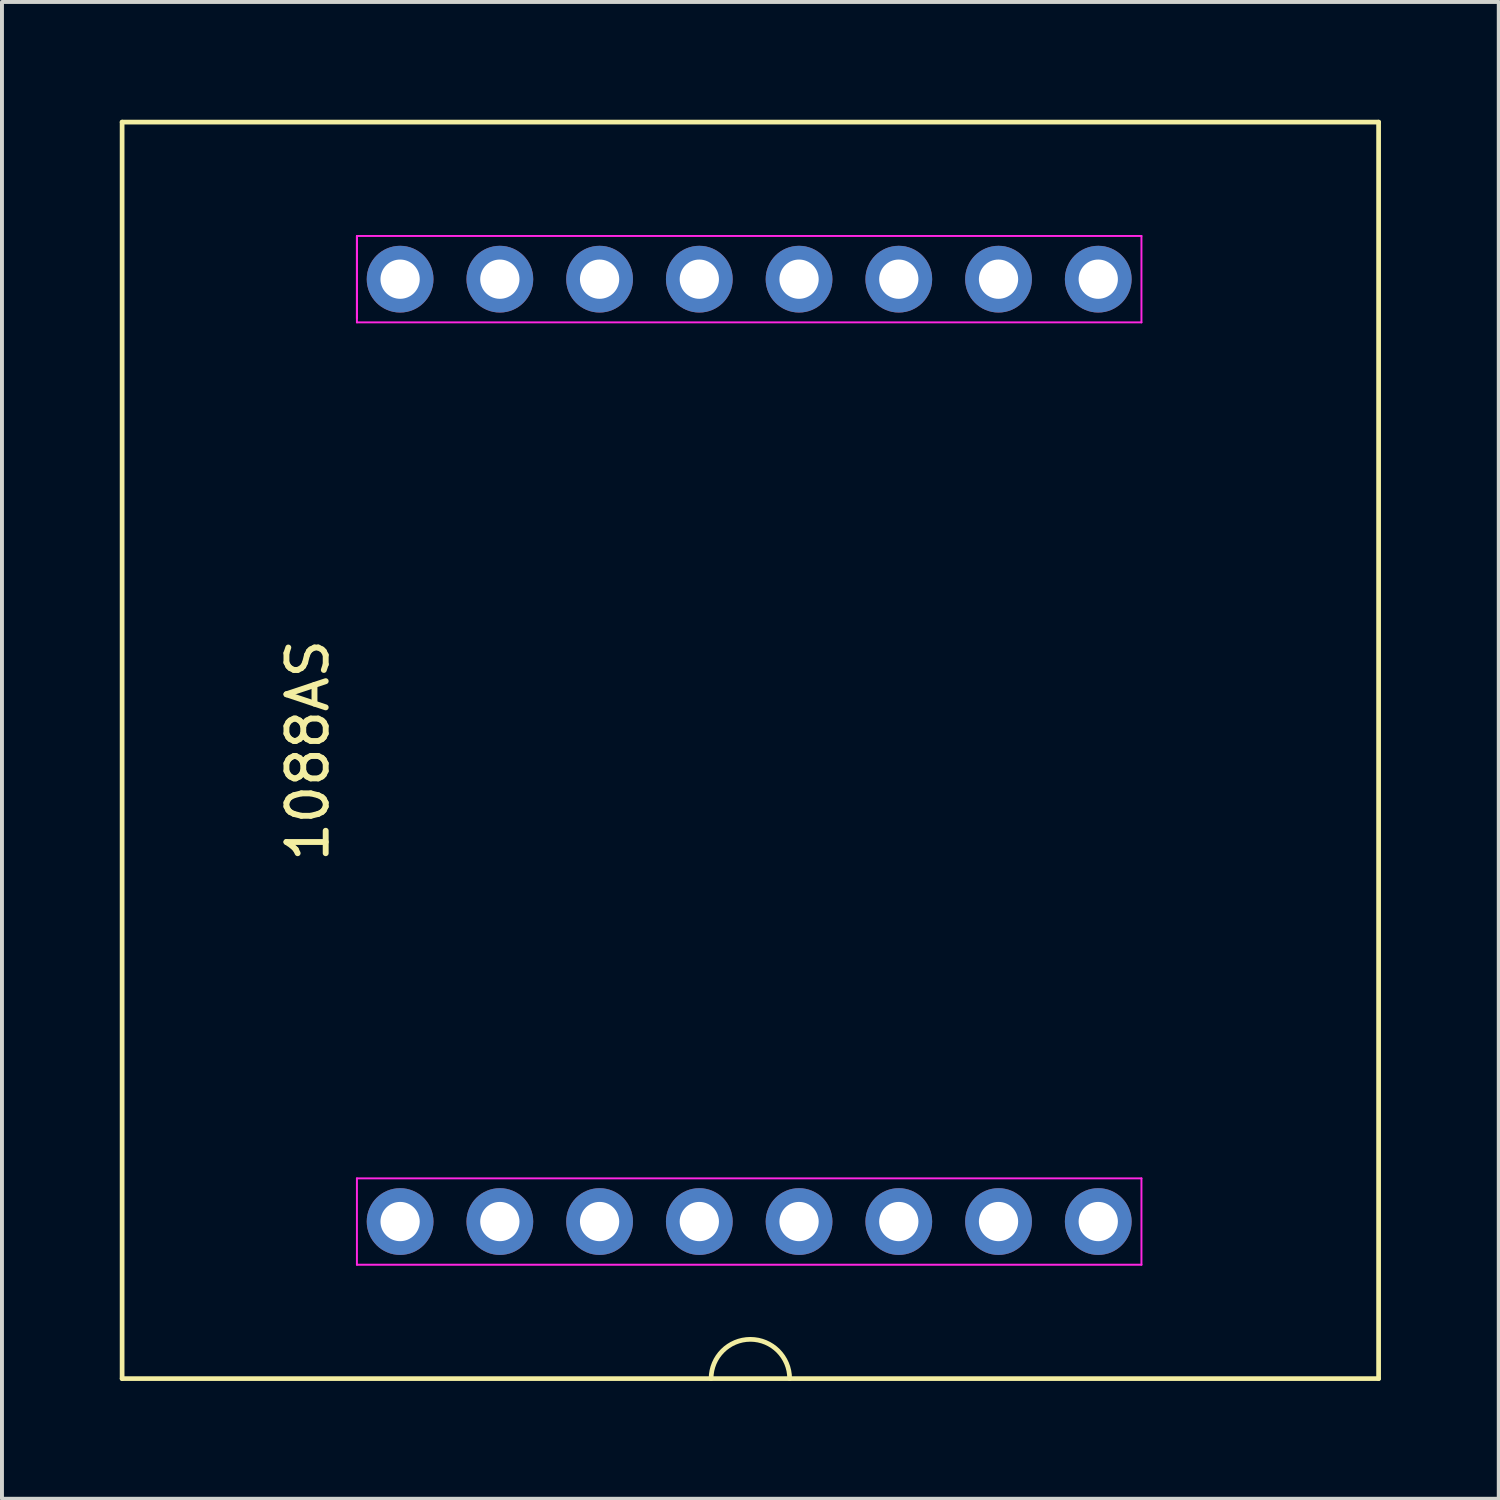
<source format=kicad_pcb>
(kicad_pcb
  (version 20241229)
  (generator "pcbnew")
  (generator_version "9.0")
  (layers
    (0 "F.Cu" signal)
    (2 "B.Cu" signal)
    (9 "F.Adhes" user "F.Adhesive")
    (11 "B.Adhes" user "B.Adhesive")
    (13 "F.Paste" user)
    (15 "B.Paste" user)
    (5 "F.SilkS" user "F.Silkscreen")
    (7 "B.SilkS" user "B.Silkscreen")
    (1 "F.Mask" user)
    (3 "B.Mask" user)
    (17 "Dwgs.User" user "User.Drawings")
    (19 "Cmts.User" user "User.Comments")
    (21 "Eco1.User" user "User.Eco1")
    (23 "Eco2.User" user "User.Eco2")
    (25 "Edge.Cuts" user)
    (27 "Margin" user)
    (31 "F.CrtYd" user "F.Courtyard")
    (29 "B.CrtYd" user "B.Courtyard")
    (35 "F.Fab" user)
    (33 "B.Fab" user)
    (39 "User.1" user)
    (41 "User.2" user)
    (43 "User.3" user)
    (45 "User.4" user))
  (footprint "1088AS"
    (layer "F.Cu")
    (at 16.06 16.06)
    (property "Reference" "1088AS" (at -11.27 0 90) (layer "F.SilkS") (effects (font (size 1 1) (thickness 0.15))))
    (attr through_hole)
    (fp_line (start -16 -16) (end 16 -16) (stroke (width 0.12) (type solid)) (layer "F.SilkS"))
    (fp_line (start -16 16) (end -16 -16) (stroke (width 0.12) (type solid)) (layer "F.SilkS"))
    (fp_line (start 16 -16) (end 16 16) (stroke (width 0.12) (type solid)) (layer "F.SilkS"))
    (fp_line (start 16 16) (end -16 16) (stroke (width 0.12) (type solid)) (layer "F.SilkS"))
    (fp_arc (start -1 16) (mid 0 15) (end 1 16) (stroke (width 0.12) (type solid)) (layer "F.SilkS"))
    (fp_line (start -10.02 -13.1) (end 9.96 -13.1) (stroke (width 0.05) (type solid)) (layer "F.CrtYd"))
    (fp_line (start -10.02 -11) (end -10.02 -13.1) (stroke (width 0.05) (type solid)) (layer "F.CrtYd"))
    (fp_line (start -10.02 -10.9) (end -10.02 -13.1) (stroke (width 0.05) (type solid)) (layer "F.CrtYd"))
    (fp_line (start -10.02 -10.9) (end 9.96 -10.9) (stroke (width 0.05) (type solid)) (layer "F.CrtYd"))
    (fp_line (start -10.02 10.9) (end 9.96 10.9) (stroke (width 0.05) (type solid)) (layer "F.CrtYd"))
    (fp_line (start -10.02 13.1) (end -10.02 10.9) (stroke (width 0.05) (type solid)) (layer "F.CrtYd"))
    (fp_line (start 9.96 -13.1) (end 9.96 -10.9) (stroke (width 0.05) (type solid)) (layer "F.CrtYd"))
    (fp_line (start 9.96 10.9) (end 9.96 13.1) (stroke (width 0.05) (type solid)) (layer "F.CrtYd"))
    (fp_line (start 9.96 13.1) (end -10.02 13.1) (stroke (width 0.05) (type solid)) (layer "F.CrtYd"))
    (pad "1" thru_hole circle (at -8.92 12) (size 1.7 1.7) (drill 1) (layers "*.Cu" "*.Mask"))
    (pad "2" thru_hole circle (at -6.38 12) (size 1.7 1.7) (drill 1) (layers "*.Cu" "*.Mask"))
    (pad "3" thru_hole circle (at -3.84 12) (size 1.7 1.7) (drill 1) (layers "*.Cu" "*.Mask"))
    (pad "4" thru_hole circle (at -1.3 12) (size 1.7 1.7) (drill 1) (layers "*.Cu" "*.Mask"))
    (pad "5" thru_hole circle (at 1.24 12) (size 1.7 1.7) (drill 1) (layers "*.Cu" "*.Mask"))
    (pad "6" thru_hole circle (at 3.78 12) (size 1.7 1.7) (drill 1) (layers "*.Cu" "*.Mask"))
    (pad "7" thru_hole circle (at 6.32 12) (size 1.7 1.7) (drill 1) (layers "*.Cu" "*.Mask"))
    (pad "8" thru_hole circle (at 8.86 12) (size 1.7 1.7) (drill 1) (layers "*.Cu" "*.Mask"))
    (pad "9" thru_hole circle (at 8.86 -12) (size 1.7 1.7) (drill 1) (layers "*.Cu" "*.Mask"))
    (pad "10" thru_hole circle (at 6.32 -12) (size 1.7 1.7) (drill 1) (layers "*.Cu" "*.Mask"))
    (pad "11" thru_hole circle (at 3.78 -12) (size 1.7 1.7) (drill 1) (layers "*.Cu" "*.Mask"))
    (pad "12" thru_hole circle (at 1.24 -12) (size 1.7 1.7) (drill 1) (layers "*.Cu" "*.Mask"))
    (pad "13" thru_hole circle (at -1.3 -12) (size 1.7 1.7) (drill 1) (layers "*.Cu" "*.Mask"))
    (pad "14" thru_hole circle (at -3.84 -12) (size 1.7 1.7) (drill 1) (layers "*.Cu" "*.Mask"))
    (pad "15" thru_hole circle (at -6.38 -12) (size 1.7 1.7) (drill 1) (layers "*.Cu" "*.Mask"))
    (pad "16" thru_hole circle (at -8.92 -12) (size 1.7 1.7) (drill 1) (layers "*.Cu" "*.Mask")))
  (gr_rect
    (start -3 -3)
    (end 35.12 35.12)
    (stroke (width 0.1) (type default))
    (fill no)
    (layer "Edge.Cuts")))
</source>
